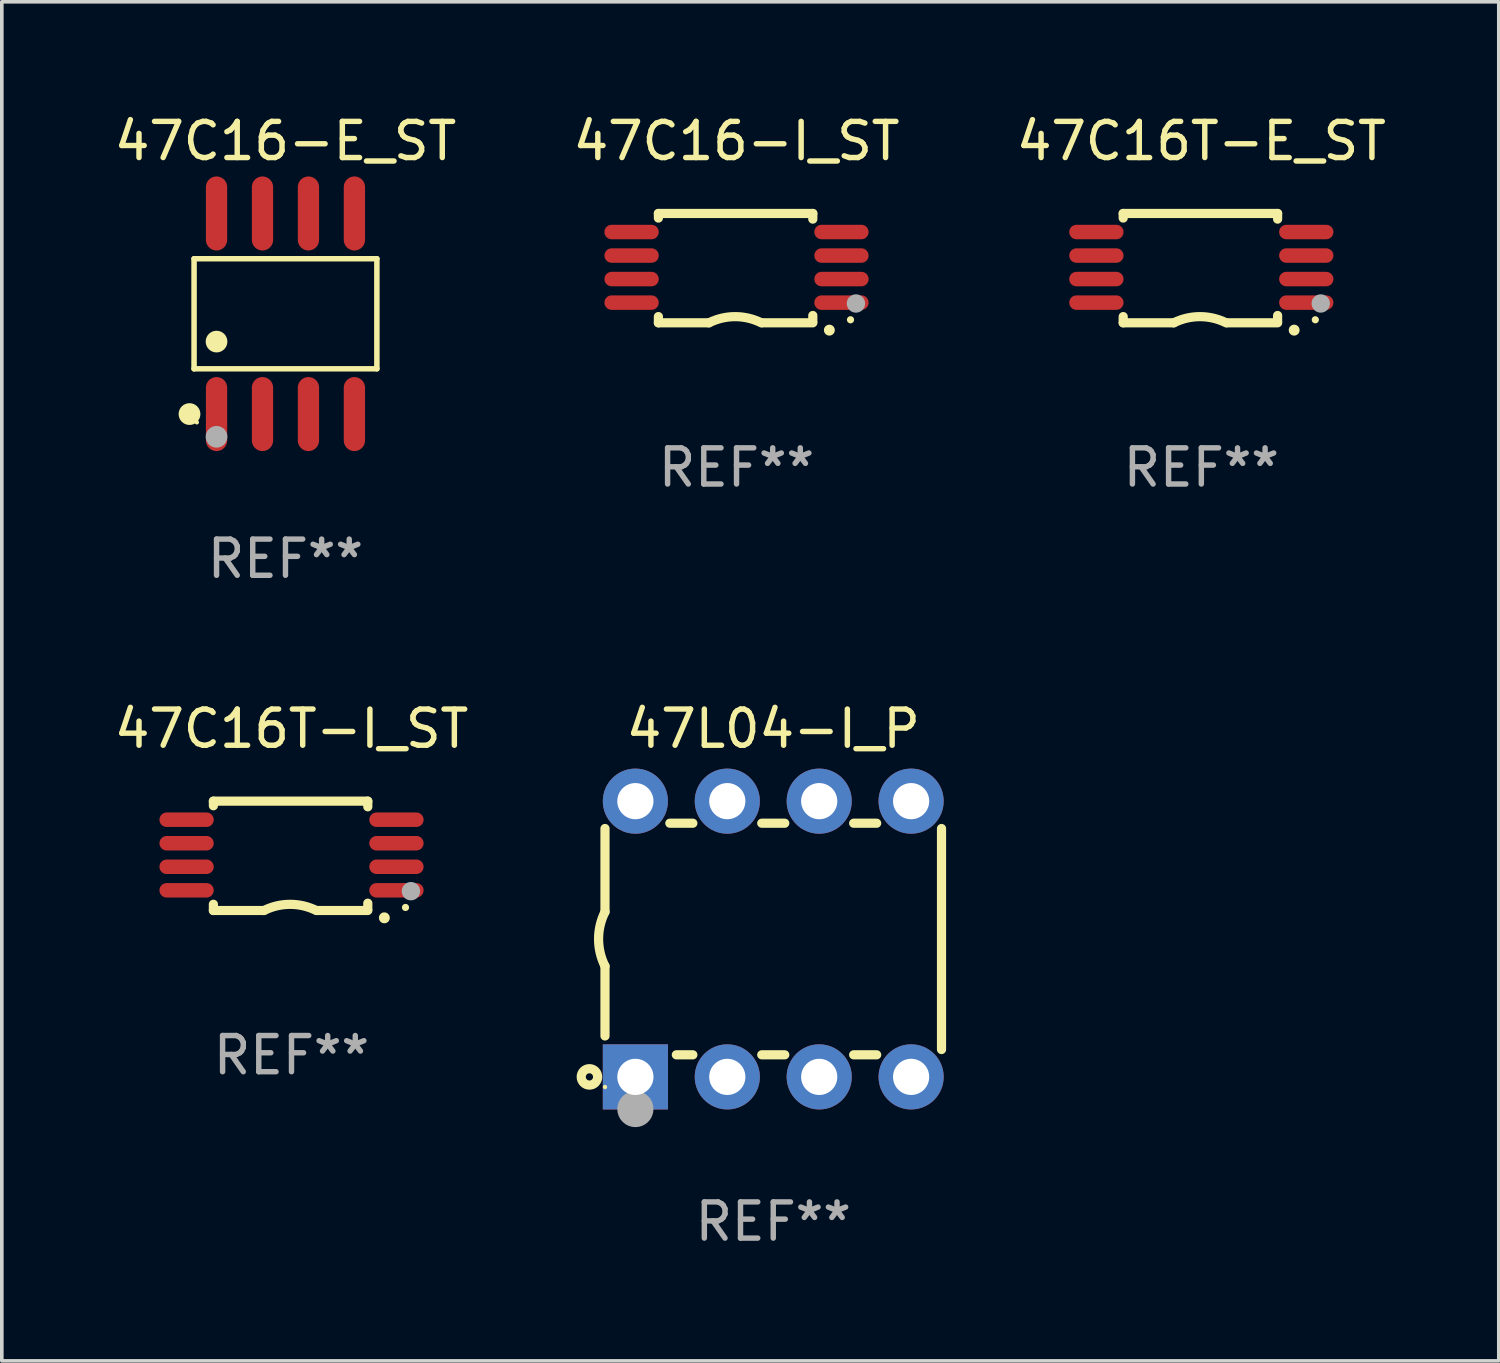
<source format=kicad_pcb>
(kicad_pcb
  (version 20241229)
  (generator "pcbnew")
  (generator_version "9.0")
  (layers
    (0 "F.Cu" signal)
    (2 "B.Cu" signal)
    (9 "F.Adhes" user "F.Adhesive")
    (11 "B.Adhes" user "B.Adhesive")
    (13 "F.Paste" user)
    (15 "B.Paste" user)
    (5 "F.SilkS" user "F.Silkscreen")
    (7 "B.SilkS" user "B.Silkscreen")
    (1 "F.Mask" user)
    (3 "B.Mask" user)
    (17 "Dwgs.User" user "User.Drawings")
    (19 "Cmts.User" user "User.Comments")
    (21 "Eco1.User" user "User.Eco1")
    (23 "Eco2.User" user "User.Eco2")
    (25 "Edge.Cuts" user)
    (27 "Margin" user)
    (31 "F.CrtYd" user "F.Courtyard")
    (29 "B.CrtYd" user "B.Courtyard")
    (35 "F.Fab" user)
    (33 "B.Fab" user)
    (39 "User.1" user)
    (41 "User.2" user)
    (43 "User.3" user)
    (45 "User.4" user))
  (footprint "47L04-I_P"
    (layer "F.Cu")
    (at 18.319 22.9)
    (property "Reference" "47L04-I_P" (at 0 -5.81 0) (layer "F.SilkS") (effects (font (size 1 1) (thickness 0.15))))
    (attr through_hole)
    (fp_line (start -4.65 0.749) (end -4.65 2.679) (stroke (width 0.254) (type solid)) (layer "F.SilkS"))
    (fp_line (start -4.65 -0.75) (end -4.65 -3.054) (stroke (width 0.254) (type solid)) (layer "F.SilkS"))
    (fp_line (start -2.222 -3.2) (end -2.858 -3.2) (stroke (width 0.254) (type solid)) (layer "F.SilkS"))
    (fp_line (start -2.222 3.2) (end -2.678 3.2) (stroke (width 0.254) (type solid)) (layer "F.SilkS"))
    (fp_line (start 0.318 -3.2) (end -0.318 -3.2) (stroke (width 0.254) (type solid)) (layer "F.SilkS"))
    (fp_line (start 0.318 3.2) (end -0.318 3.2) (stroke (width 0.254) (type solid)) (layer "F.SilkS"))
    (fp_line (start 2.858 -3.2) (end 2.222 -3.2) (stroke (width 0.254) (type solid)) (layer "F.SilkS"))
    (fp_line (start 2.858 3.2) (end 2.222 3.2) (stroke (width 0.254) (type solid)) (layer "F.SilkS"))
    (fp_line (start 4.65 -3.054) (end 4.65 3.054) (stroke (width 0.254) (type solid)) (layer "F.SilkS"))
    (fp_arc (start -4.650381 0.749301) (mid -4.827099 -0.000443) (end -4.649644 -0.750013) (stroke (width 0.254001) (type solid)) (layer "F.SilkS"))
    (fp_circle (center -5.08 3.81) (end -4.98 3.81) (stroke (width 0.254) (type solid)) (fill no) (layer "F.SilkS"))
    (fp_circle (center -4.65 4.09) (end -4.62 4.09) (stroke (width 0.06) (type solid)) (fill no) (layer "F.SilkS"))
    (fp_circle (center -3.81 4.699) (end -3.56 4.699) (stroke (width 0.5) (type solid)) (fill no) (layer "F.Fab"))
    (fp_text user "REF**" (at 0 7.81 0) (layer "F.Fab") (effects (font (size 1 1) (thickness 0.15))))
    (pad "1" thru_hole rect (at -3.81 3.81) (size 1.8 1.8) (drill 1) (layers "*.Cu" "*.Mask"))
    (pad "2" thru_hole circle (at -1.27 3.81) (size 1.8 1.8) (drill 1) (layers "*.Cu" "*.Mask"))
    (pad "3" thru_hole circle (at 1.27 3.81) (size 1.8 1.8) (drill 1) (layers "*.Cu" "*.Mask"))
    (pad "4" thru_hole circle (at 3.81 3.81) (size 1.8 1.8) (drill 1) (layers "*.Cu" "*.Mask"))
    (pad "5" thru_hole circle (at 3.81 -3.81) (size 1.8 1.8) (drill 1) (layers "*.Cu" "*.Mask"))
    (pad "6" thru_hole circle (at 1.27 -3.81) (size 1.8 1.8) (drill 1) (layers "*.Cu" "*.Mask"))
    (pad "7" thru_hole circle (at -1.27 -3.81) (size 1.8 1.8) (drill 1) (layers "*.Cu" "*.Mask"))
    (pad "8" thru_hole circle (at -3.81 -3.81) (size 1.8 1.8) (drill 1) (layers "*.Cu" "*.Mask")))
  (footprint "47C16-I_ST"
    (layer "F.Cu")
    (at 17.304 4.36)
    (property "Reference" "47C16-I_ST" (at 0 -3.511 0) (layer "F.SilkS") (effects (font (size 1 1) (thickness 0.15))))
    (attr through_hole)
    (fp_line (start -2.159 -1.511) (end 2.108 -1.511) (stroke (width 0.254) (type solid)) (layer "F.SilkS"))
    (fp_line (start -2.159 -1.384) (end -2.159 -1.511) (stroke (width 0.254) (type solid)) (layer "F.SilkS"))
    (fp_line (start -2.159 1.511) (end -2.159 1.339) (stroke (width 0.254) (type solid)) (layer "F.SilkS"))
    (fp_line (start -0.762 1.511) (end -2.159 1.511) (stroke (width 0.254) (type solid)) (layer "F.SilkS"))
    (fp_line (start 2.108 -1.511) (end 2.108 -1.355) (stroke (width 0.254) (type solid)) (layer "F.SilkS"))
    (fp_line (start 2.108 1.309) (end 2.108 1.486) (stroke (width 0.254) (type solid)) (layer "F.SilkS"))
    (fp_line (start 2.108 1.511) (end 0.711 1.511) (stroke (width 0.254) (type solid)) (layer "F.SilkS"))
    (fp_arc (start -0.762002 1.511303) (mid -0.0381 1.340413) (end 0.685801 1.511303) (stroke (width 0.254001) (type solid)) (layer "F.SilkS"))
    (fp_arc (start 2.565405 1.714503) (mid 2.5654 1.713233) (end 2.565405 1.711963) (stroke (width 0.3) (type solid)) (layer "F.SilkS"))
    (fp_circle (center 3.15 1.427) (end 3.2 1.427) (stroke (width 0.1) (type solid)) (fill no) (layer "F.SilkS"))
    (fp_circle (center 3.3 0.977) (end 3.427 0.977) (stroke (width 0.254) (type solid)) (fill no) (layer "F.Fab"))
    (fp_text user "REF**" (at 0 5.511 0) (layer "F.Fab") (effects (font (size 1 1) (thickness 0.15))))
    (pad "1" smd oval (at 2.9 0.953 270) (size 0.4 1.5) (layers "F.Cu" "F.Mask" "F.Paste"))
    (pad "2" smd oval (at 2.9 0.302 270) (size 0.4 1.5) (layers "F.Cu" "F.Mask" "F.Paste"))
    (pad "3" smd oval (at 2.9 -0.348 270) (size 0.4 1.5) (layers "F.Cu" "F.Mask" "F.Paste"))
    (pad "4" smd oval (at 2.9 -0.998 270) (size 0.4 1.5) (layers "F.Cu" "F.Mask" "F.Paste"))
    (pad "5" smd oval (at -2.9 -0.998 270) (size 0.4 1.5) (layers "F.Cu" "F.Mask" "F.Paste"))
    (pad "6" smd oval (at -2.9 -0.348 270) (size 0.4 1.5) (layers "F.Cu" "F.Mask" "F.Paste"))
    (pad "7" smd oval (at -2.9 0.302 270) (size 0.4 1.5) (layers "F.Cu" "F.Mask" "F.Paste"))
    (pad "8" smd oval (at -2.9 0.953 270) (size 0.4 1.5) (layers "F.Cu" "F.Mask" "F.Paste")))
  (footprint "47C16-E_ST"
    (layer "F.Cu")
    (at 4.839 5.621)
    (property "Reference" "47C16-E_ST" (at 0 -4.772 0) (layer "F.SilkS") (effects (font (size 1 1) (thickness 0.15))))
    (attr through_hole)
    (fp_line (start -2.526 -1.521) (end 2.526 -1.521) (stroke (width 0.152) (type solid)) (layer "F.SilkS"))
    (fp_line (start -2.526 1.521) (end -2.526 -1.521) (stroke (width 0.152) (type solid)) (layer "F.SilkS"))
    (fp_line (start 2.526 -1.521) (end 2.526 1.521) (stroke (width 0.152) (type solid)) (layer "F.SilkS"))
    (fp_line (start 2.526 1.521) (end -2.526 1.521) (stroke (width 0.152) (type solid)) (layer "F.SilkS"))
    (fp_circle (center -2.652 2.772) (end -2.501 2.772) (stroke (width 0.3) (type solid)) (fill no) (layer "F.SilkS"))
    (fp_circle (center -2.45 3) (end -2.42 3) (stroke (width 0.06) (type solid)) (fill no) (layer "F.SilkS"))
    (fp_circle (center -1.905 0.769) (end -1.755 0.769) (stroke (width 0.3) (type solid)) (fill no) (layer "F.SilkS"))
    (fp_circle (center -1.905 3.4) (end -1.755 3.4) (stroke (width 0.3) (type solid)) (fill no) (layer "F.Fab"))
    (fp_text user "REF**" (at 0 6.772 0) (layer "F.Fab") (effects (font (size 1 1) (thickness 0.15))))
    (pad "1" smd oval (at -1.905 2.772) (size 0.588 2.045) (layers "F.Cu" "F.Mask" "F.Paste"))
    (pad "2" smd oval (at -0.635 2.772) (size 0.588 2.045) (layers "F.Cu" "F.Mask" "F.Paste"))
    (pad "3" smd oval (at 0.635 2.772) (size 0.588 2.045) (layers "F.Cu" "F.Mask" "F.Paste"))
    (pad "4" smd oval (at 1.905 2.772) (size 0.588 2.045) (layers "F.Cu" "F.Mask" "F.Paste"))
    (pad "5" smd oval (at 1.905 -2.772) (size 0.588 2.045) (layers "F.Cu" "F.Mask" "F.Paste"))
    (pad "6" smd oval (at 0.635 -2.772) (size 0.588 2.045) (layers "F.Cu" "F.Mask" "F.Paste"))
    (pad "7" smd oval (at -0.635 -2.772) (size 0.588 2.045) (layers "F.Cu" "F.Mask" "F.Paste"))
    (pad "8" smd oval (at -1.905 -2.772) (size 0.588 2.045) (layers "F.Cu" "F.Mask" "F.Paste")))
  (footprint "47C16T-E_ST"
    (layer "F.Cu")
    (at 30.149 4.36)
    (property "Reference" "47C16T-E_ST" (at 0 -3.511 0) (layer "F.SilkS") (effects (font (size 1 1) (thickness 0.15))))
    (attr through_hole)
    (fp_line (start -2.159 -1.511) (end 2.108 -1.511) (stroke (width 0.254) (type solid)) (layer "F.SilkS"))
    (fp_line (start -2.159 -1.384) (end -2.159 -1.511) (stroke (width 0.254) (type solid)) (layer "F.SilkS"))
    (fp_line (start -2.159 1.511) (end -2.159 1.339) (stroke (width 0.254) (type solid)) (layer "F.SilkS"))
    (fp_line (start -0.762 1.511) (end -2.159 1.511) (stroke (width 0.254) (type solid)) (layer "F.SilkS"))
    (fp_line (start 2.108 -1.511) (end 2.108 -1.355) (stroke (width 0.254) (type solid)) (layer "F.SilkS"))
    (fp_line (start 2.108 1.309) (end 2.108 1.486) (stroke (width 0.254) (type solid)) (layer "F.SilkS"))
    (fp_line (start 2.108 1.511) (end 0.711 1.511) (stroke (width 0.254) (type solid)) (layer "F.SilkS"))
    (fp_arc (start -0.762002 1.511303) (mid -0.0381 1.340413) (end 0.685801 1.511303) (stroke (width 0.254001) (type solid)) (layer "F.SilkS"))
    (fp_arc (start 2.565405 1.714503) (mid 2.5654 1.713233) (end 2.565405 1.711963) (stroke (width 0.3) (type solid)) (layer "F.SilkS"))
    (fp_circle (center 3.15 1.427) (end 3.2 1.427) (stroke (width 0.1) (type solid)) (fill no) (layer "F.SilkS"))
    (fp_circle (center 3.3 0.977) (end 3.427 0.977) (stroke (width 0.254) (type solid)) (fill no) (layer "F.Fab"))
    (fp_text user "REF**" (at 0 5.511 0) (layer "F.Fab") (effects (font (size 1 1) (thickness 0.15))))
    (pad "1" smd oval (at 2.9 0.953 270) (size 0.4 1.5) (layers "F.Cu" "F.Mask" "F.Paste"))
    (pad "2" smd oval (at 2.9 0.302 270) (size 0.4 1.5) (layers "F.Cu" "F.Mask" "F.Paste"))
    (pad "3" smd oval (at 2.9 -0.348 270) (size 0.4 1.5) (layers "F.Cu" "F.Mask" "F.Paste"))
    (pad "4" smd oval (at 2.9 -0.998 270) (size 0.4 1.5) (layers "F.Cu" "F.Mask" "F.Paste"))
    (pad "5" smd oval (at -2.9 -0.998 270) (size 0.4 1.5) (layers "F.Cu" "F.Mask" "F.Paste"))
    (pad "6" smd oval (at -2.9 -0.348 270) (size 0.4 1.5) (layers "F.Cu" "F.Mask" "F.Paste"))
    (pad "7" smd oval (at -2.9 0.302 270) (size 0.4 1.5) (layers "F.Cu" "F.Mask" "F.Paste"))
    (pad "8" smd oval (at -2.9 0.953 270) (size 0.4 1.5) (layers "F.Cu" "F.Mask" "F.Paste")))
  (footprint "47C16T-I_ST"
    (layer "F.Cu")
    (at 5.006 20.601)
    (property "Reference" "47C16T-I_ST" (at 0 -3.511 0) (layer "F.SilkS") (effects (font (size 1 1) (thickness 0.15))))
    (attr through_hole)
    (fp_line (start -2.159 -1.511) (end 2.108 -1.511) (stroke (width 0.254) (type solid)) (layer "F.SilkS"))
    (fp_line (start -2.159 -1.384) (end -2.159 -1.511) (stroke (width 0.254) (type solid)) (layer "F.SilkS"))
    (fp_line (start -2.159 1.511) (end -2.159 1.339) (stroke (width 0.254) (type solid)) (layer "F.SilkS"))
    (fp_line (start -0.762 1.511) (end -2.159 1.511) (stroke (width 0.254) (type solid)) (layer "F.SilkS"))
    (fp_line (start 2.108 -1.511) (end 2.108 -1.355) (stroke (width 0.254) (type solid)) (layer "F.SilkS"))
    (fp_line (start 2.108 1.309) (end 2.108 1.486) (stroke (width 0.254) (type solid)) (layer "F.SilkS"))
    (fp_line (start 2.108 1.511) (end 0.711 1.511) (stroke (width 0.254) (type solid)) (layer "F.SilkS"))
    (fp_arc (start -0.762002 1.511303) (mid -0.0381 1.340413) (end 0.685801 1.511303) (stroke (width 0.254001) (type solid)) (layer "F.SilkS"))
    (fp_arc (start 2.565405 1.714503) (mid 2.5654 1.713233) (end 2.565405 1.711963) (stroke (width 0.3) (type solid)) (layer "F.SilkS"))
    (fp_circle (center 3.15 1.427) (end 3.2 1.427) (stroke (width 0.1) (type solid)) (fill no) (layer "F.SilkS"))
    (fp_circle (center 3.3 0.977) (end 3.427 0.977) (stroke (width 0.254) (type solid)) (fill no) (layer "F.Fab"))
    (fp_text user "REF**" (at 0 5.511 0) (layer "F.Fab") (effects (font (size 1 1) (thickness 0.15))))
    (pad "1" smd oval (at 2.9 0.953 270) (size 0.4 1.5) (layers "F.Cu" "F.Mask" "F.Paste"))
    (pad "2" smd oval (at 2.9 0.302 270) (size 0.4 1.5) (layers "F.Cu" "F.Mask" "F.Paste"))
    (pad "3" smd oval (at 2.9 -0.348 270) (size 0.4 1.5) (layers "F.Cu" "F.Mask" "F.Paste"))
    (pad "4" smd oval (at 2.9 -0.998 270) (size 0.4 1.5) (layers "F.Cu" "F.Mask" "F.Paste"))
    (pad "5" smd oval (at -2.9 -0.998 270) (size 0.4 1.5) (layers "F.Cu" "F.Mask" "F.Paste"))
    (pad "6" smd oval (at -2.9 -0.348 270) (size 0.4 1.5) (layers "F.Cu" "F.Mask" "F.Paste"))
    (pad "7" smd oval (at -2.9 0.302 270) (size 0.4 1.5) (layers "F.Cu" "F.Mask" "F.Paste"))
    (pad "8" smd oval (at -2.9 0.953 270) (size 0.4 1.5) (layers "F.Cu" "F.Mask" "F.Paste")))
  (gr_rect
    (start -3 -3)
    (end 38.369 34.558)
    (stroke (width 0.1) (type default))
    (fill no)
    (layer "Edge.Cuts")))
</source>
